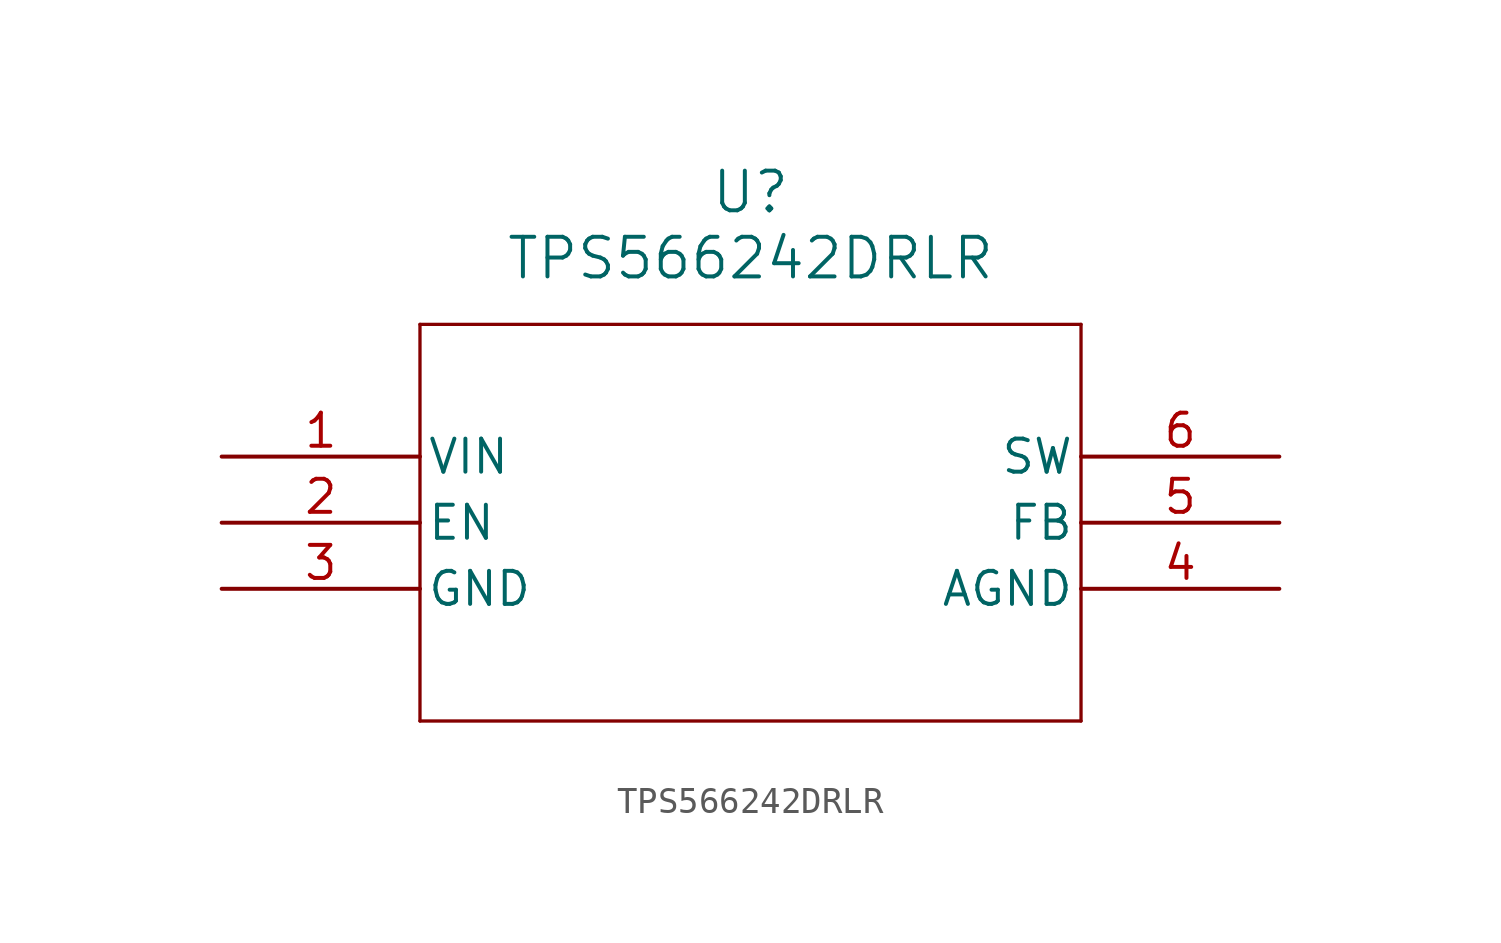
<source format=kicad_sym>
(kicad_symbol_lib
  (version 20231120)
  (generator "kicad_symbol_editor")
  (generator_version "8.0")
  (symbol "TPS566242DRLR"
    (pin_names
      (offset 0.254))
    (property "Reference" "U"
      (at 67.31 -16.51 0)
      (effects (font (size 1.524 1.524))))
    (property "Value" "TPS566242DRLR"
      (at 67.31 -19.05 0)
      (effects (font (size 1.524 1.524))))
    (property "ki_locked" ""
      (at 0 0 0)
      (effects (font (size 1.27 1.27))))
    (symbol "TPS566242DRLR_0_1"
      (polyline (pts (xy 54.61 -36.83) (xy 80.01 -36.83)) (stroke (width 0.127) (type default)) (fill (type none)))
      (polyline (pts (xy 54.61 -21.59) (xy 54.61 -36.83)) (stroke (width 0.127) (type default)) (fill (type none)))
      (polyline (pts (xy 80.01 -36.83) (xy 80.01 -21.59)) (stroke (width 0.127) (type default)) (fill (type none)))
      (polyline (pts (xy 80.01 -21.59) (xy 54.61 -21.59)) (stroke (width 0.127) (type default)) (fill (type none)))
      (pin input line (at 46.99 -26.67 0) (length 7.62) (name "VIN" (effects (font (size 1.27 1.27)))) (number "1" (effects (font (size 1.27 1.27)))))
      (pin power_out line (at 46.99 -31.75 0) (length 7.62) (name "GND" (effects (font (size 1.27 1.27)))) (number "3" (effects (font (size 1.27 1.27)))))
      (pin power_out line (at 87.63 -31.75 180) (length 7.62) (name "AGND" (effects (font (size 1.27 1.27)))) (number "4" (effects (font (size 1.27 1.27))))))
    (symbol "TPS566242DRLR_1_1"
      (pin input line (at 46.99 -29.21 0) (length 7.62) (name "EN" (effects (font (size 1.27 1.27)))) (number "2" (effects (font (size 1.27 1.27)))))
      (pin input line (at 87.63 -29.21 180) (length 7.62) (name "FB" (effects (font (size 1.27 1.27)))) (number "5" (effects (font (size 1.27 1.27)))))
      (pin output line (at 87.63 -26.67 180) (length 7.62) (name "SW" (effects (font (size 1.27 1.27)))) (number "6" (effects (font (size 1.27 1.27))))))))
</source>
